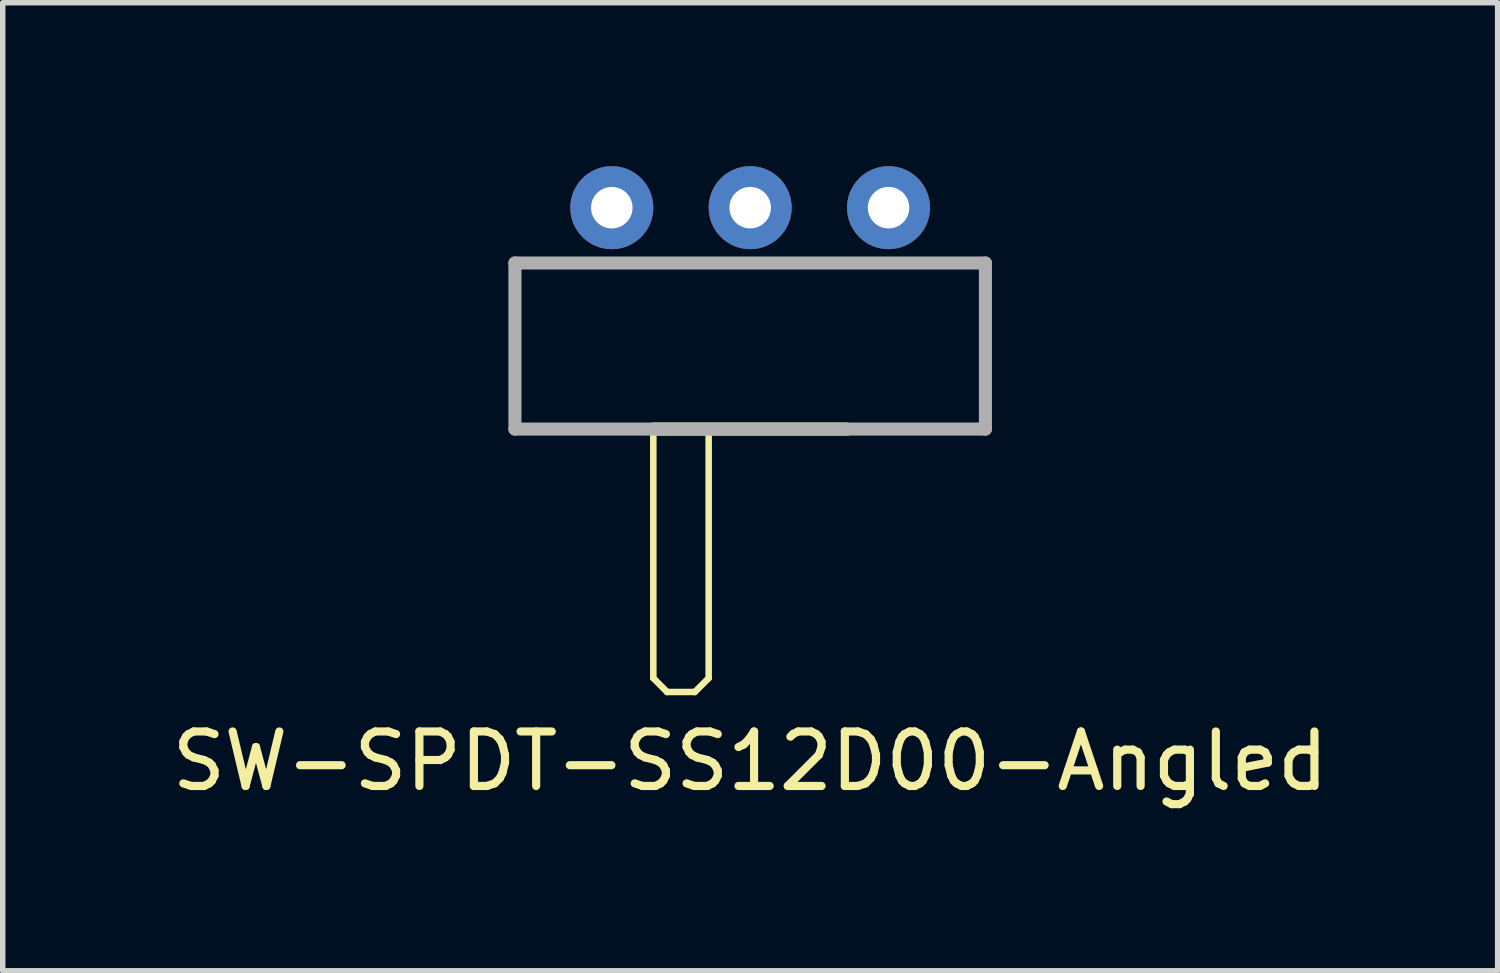
<source format=kicad_pcb>
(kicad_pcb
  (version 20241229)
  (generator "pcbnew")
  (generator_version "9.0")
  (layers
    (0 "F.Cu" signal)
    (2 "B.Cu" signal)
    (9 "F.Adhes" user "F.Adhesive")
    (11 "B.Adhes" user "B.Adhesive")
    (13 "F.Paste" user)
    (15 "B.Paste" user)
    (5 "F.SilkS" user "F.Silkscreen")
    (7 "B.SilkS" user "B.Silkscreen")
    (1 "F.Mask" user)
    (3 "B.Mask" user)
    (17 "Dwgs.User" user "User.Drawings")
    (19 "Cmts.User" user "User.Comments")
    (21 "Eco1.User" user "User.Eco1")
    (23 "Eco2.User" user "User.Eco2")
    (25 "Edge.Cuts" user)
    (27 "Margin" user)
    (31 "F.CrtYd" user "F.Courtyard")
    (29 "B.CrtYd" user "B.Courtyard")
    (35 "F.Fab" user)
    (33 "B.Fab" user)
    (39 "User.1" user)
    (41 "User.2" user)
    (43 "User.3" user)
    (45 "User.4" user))
  (footprint "SW-SPDT-SS12D00-Angled"
    (layer "F.Cu")
    (at 10.72 0.762)
    (property "Reference" "SW-SPDT-SS12D00-Angled" (at 0 10.16 0) (layer "F.SilkS") (effects (font (size 1 1) (thickness 0.15))))
    (attr through_hole)
    (fp_line (start -4.318 1.016) (end 4.318 1.016) (stroke (width 0.12) (type solid)) (layer "F.SilkS"))
    (fp_line (start -4.318 4.064) (end -4.318 1.016) (stroke (width 0.12) (type solid)) (layer "F.SilkS"))
    (fp_line (start -1.778 4.064) (end -1.778 8.636) (stroke (width 0.12) (type solid)) (layer "F.SilkS"))
    (fp_line (start -1.778 4.064) (end 1.778 4.064) (stroke (width 0.24) (type solid)) (layer "F.SilkS"))
    (fp_line (start -1.778 8.636) (end -1.524 8.89) (stroke (width 0.12) (type solid)) (layer "F.SilkS"))
    (fp_line (start -1.524 8.89) (end -1.016 8.89) (stroke (width 0.12) (type solid)) (layer "F.SilkS"))
    (fp_line (start -1.016 8.89) (end -0.762 8.636) (stroke (width 0.12) (type solid)) (layer "F.SilkS"))
    (fp_line (start -0.762 8.636) (end -0.762 4.064) (stroke (width 0.12) (type solid)) (layer "F.SilkS"))
    (fp_line (start 4.318 1.016) (end 4.318 4.064) (stroke (width 0.12) (type solid)) (layer "F.SilkS"))
    (fp_line (start 4.318 4.064) (end -4.318 4.064) (stroke (width 0.12) (type solid)) (layer "F.SilkS"))
    (fp_line (start -4.318 1.016) (end -4.318 4.064) (stroke (width 0.24) (type solid)) (layer "F.Fab"))
    (fp_line (start -4.318 4.064) (end 4.318 4.064) (stroke (width 0.24) (type solid)) (layer "F.Fab"))
    (fp_line (start 4.318 1.016) (end -4.318 1.016) (stroke (width 0.24) (type solid)) (layer "F.Fab"))
    (fp_line (start 4.318 4.064) (end 4.318 1.016) (stroke (width 0.24) (type solid)) (layer "F.Fab"))
    (pad "1" thru_hole circle (at -2.54 0) (size 1.524 1.524) (drill 0.762) (layers "*.Cu" "*.Mask"))
    (pad "2" thru_hole circle (at 0 0) (size 1.524 1.524) (drill 0.762) (layers "*.Cu" "*.Mask"))
    (pad "3" thru_hole circle (at 2.54 0) (size 1.524 1.524) (drill 0.762) (layers "*.Cu" "*.Mask")))
  (gr_rect
    (start -3 -3)
    (end 24.44 14.77)
    (stroke (width 0.1) (type default))
    (fill no)
    (layer "Edge.Cuts")))
</source>
